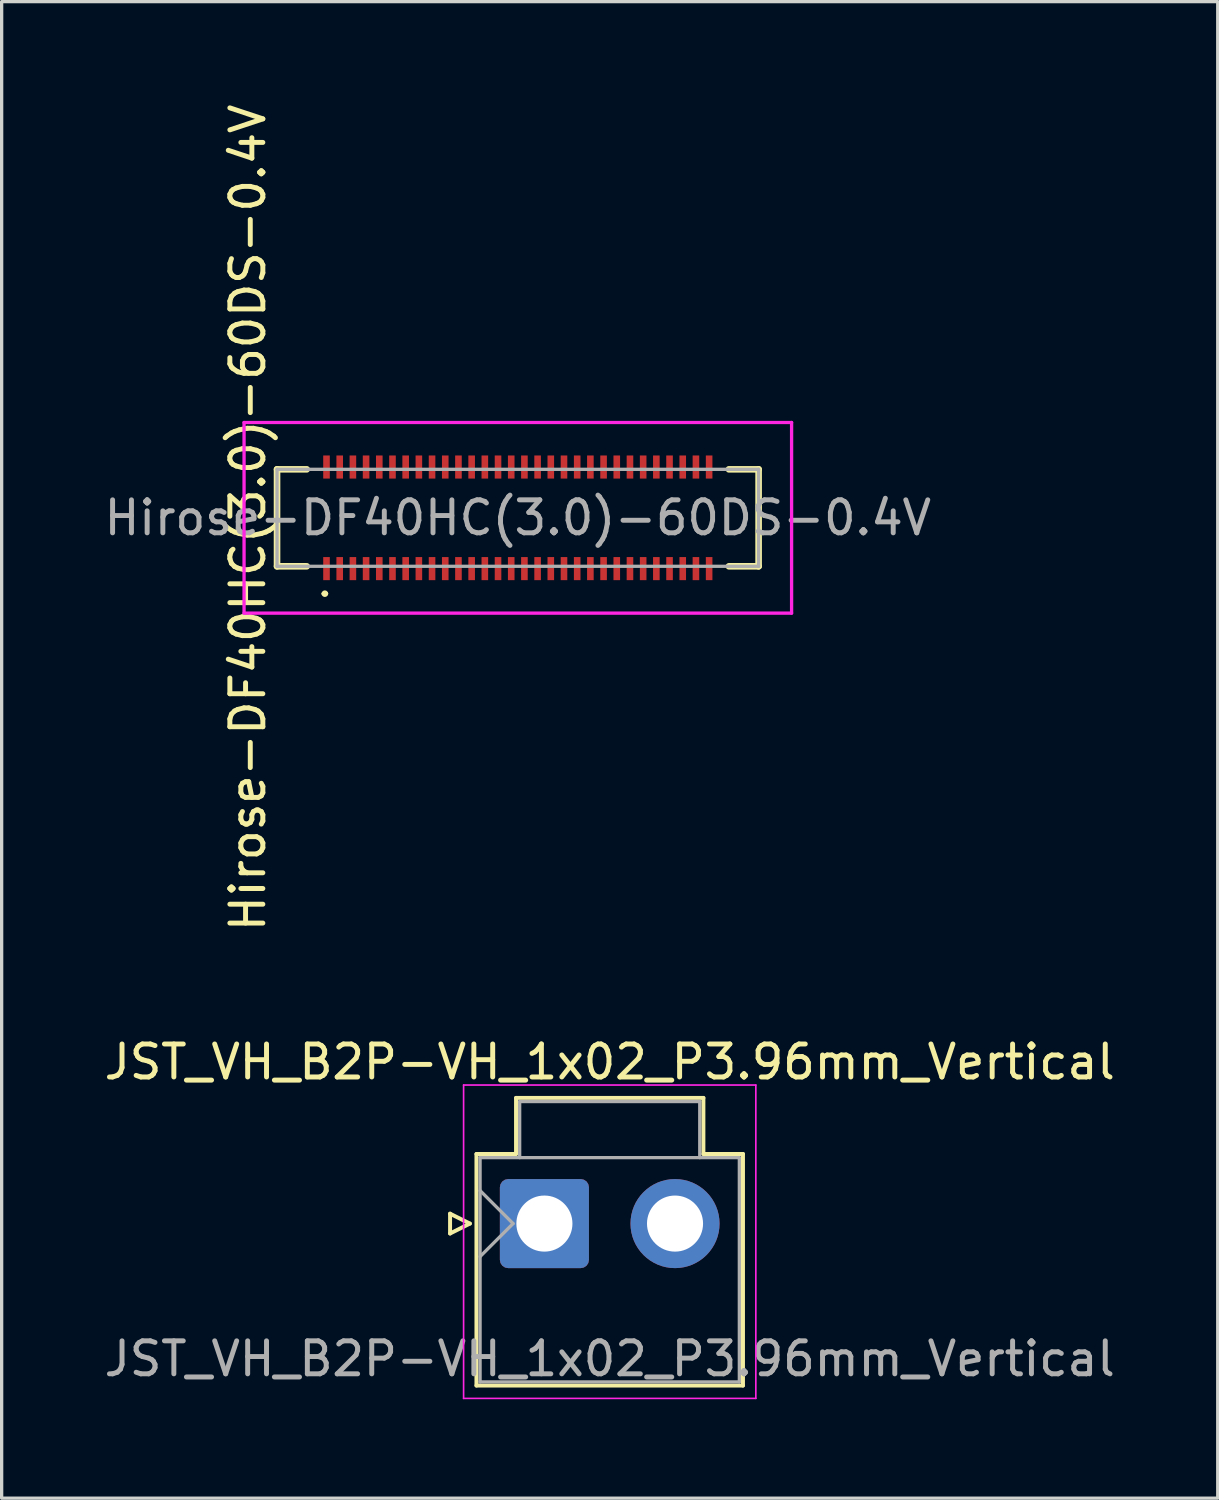
<source format=kicad_pcb>
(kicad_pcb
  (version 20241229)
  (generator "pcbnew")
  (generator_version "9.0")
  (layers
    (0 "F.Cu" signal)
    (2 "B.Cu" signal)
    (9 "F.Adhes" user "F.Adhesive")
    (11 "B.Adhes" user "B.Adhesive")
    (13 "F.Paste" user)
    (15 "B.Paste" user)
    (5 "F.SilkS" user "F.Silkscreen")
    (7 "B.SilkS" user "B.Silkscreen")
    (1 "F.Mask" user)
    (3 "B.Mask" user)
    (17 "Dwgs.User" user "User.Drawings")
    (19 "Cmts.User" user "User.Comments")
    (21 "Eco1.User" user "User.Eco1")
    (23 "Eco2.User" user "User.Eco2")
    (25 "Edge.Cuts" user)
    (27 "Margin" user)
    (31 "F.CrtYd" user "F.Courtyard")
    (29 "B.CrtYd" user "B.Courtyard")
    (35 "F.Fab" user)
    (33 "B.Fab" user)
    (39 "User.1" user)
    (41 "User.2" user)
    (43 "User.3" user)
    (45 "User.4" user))
  (footprint "JST_VH_B2P-VH_1x02_P3.96mm_Vertical"
    (layer "F.Cu")
    (at 13.455 34.046)
    (property "Reference" "JST_VH_B2P-VH_1x02_P3.96mm_Vertical" (at 1.98 -4.9 0) (layer "F.SilkS") (effects (font (size 1 1) (thickness 0.15))))
    (attr through_hole)
    (fp_line (start -2.86 -0.3) (end -2.26 0) (stroke (width 0.12) (type solid)) (layer "F.SilkS"))
    (fp_line (start -2.86 0.3) (end -2.86 -0.3) (stroke (width 0.12) (type solid)) (layer "F.SilkS"))
    (fp_line (start -2.26 0) (end -2.86 0.3) (stroke (width 0.12) (type solid)) (layer "F.SilkS"))
    (fp_line (start -2.06 -2.11) (end -0.86 -2.11) (stroke (width 0.12) (type solid)) (layer "F.SilkS"))
    (fp_line (start -2.06 4.91) (end -2.06 -2.11) (stroke (width 0.12) (type solid)) (layer "F.SilkS"))
    (fp_line (start -0.86 -3.81) (end 4.82 -3.81) (stroke (width 0.12) (type solid)) (layer "F.SilkS"))
    (fp_line (start -0.86 -2.11) (end -0.86 -3.81) (stroke (width 0.12) (type solid)) (layer "F.SilkS"))
    (fp_line (start 4.82 -3.81) (end 4.82 -2.11) (stroke (width 0.12) (type solid)) (layer "F.SilkS"))
    (fp_line (start 4.82 -2.11) (end 6.02 -2.11) (stroke (width 0.12) (type solid)) (layer "F.SilkS"))
    (fp_line (start 6.02 -2.11) (end 6.02 4.91) (stroke (width 0.12) (type solid)) (layer "F.SilkS"))
    (fp_line (start 6.02 4.91) (end -2.06 4.91) (stroke (width 0.12) (type solid)) (layer "F.SilkS"))
    (fp_line (start -2.45 -4.2) (end -2.45 5.3) (stroke (width 0.05) (type solid)) (layer "F.CrtYd"))
    (fp_line (start -2.45 5.3) (end 6.41 5.3) (stroke (width 0.05) (type solid)) (layer "F.CrtYd"))
    (fp_line (start 6.41 -4.2) (end -2.45 -4.2) (stroke (width 0.05) (type solid)) (layer "F.CrtYd"))
    (fp_line (start 6.41 5.3) (end 6.41 -4.2) (stroke (width 0.05) (type solid)) (layer "F.CrtYd"))
    (fp_line (start -1.95 -2) (end -1.95 4.8) (stroke (width 0.1) (type solid)) (layer "F.Fab"))
    (fp_line (start -1.95 -1) (end -0.95 0) (stroke (width 0.1) (type solid)) (layer "F.Fab"))
    (fp_line (start -1.95 1) (end -0.95 0) (stroke (width 0.1) (type solid)) (layer "F.Fab"))
    (fp_line (start -1.95 4.8) (end 5.91 4.8) (stroke (width 0.1) (type solid)) (layer "F.Fab"))
    (fp_line (start -0.75 -3.7) (end 4.71 -3.7) (stroke (width 0.1) (type solid)) (layer "F.Fab"))
    (fp_line (start -0.75 -2) (end -0.75 -3.7) (stroke (width 0.1) (type solid)) (layer "F.Fab"))
    (fp_line (start 4.71 -3.7) (end 4.71 -2) (stroke (width 0.1) (type solid)) (layer "F.Fab"))
    (fp_line (start 5.91 -2) (end -1.95 -2) (stroke (width 0.1) (type solid)) (layer "F.Fab"))
    (fp_line (start 5.91 4.8) (end 5.91 -2) (stroke (width 0.1) (type solid)) (layer "F.Fab"))
    (fp_text user "${REFERENCE}" (at 1.98 4.1 0) (layer "F.Fab") (effects (font (size 1 1) (thickness 0.15))))
    (pad "1" thru_hole roundrect (at 0 0) (size 2.7 2.7) (drill 1.7) (layers "*.Cu" "*.Mask") (roundrect_rratio 0.093))
    (pad "2" thru_hole circle (at 3.96 0) (size 2.7 2.7) (drill 1.7) (layers "*.Cu" "*.Mask")))
  (footprint "Hirose-DF40HC(3.0)-60DS-0.4V"
    (layer "F.Cu")
    (at 12.649 12.649)
    (property "Reference" "Hirose-DF40HC(3.0)-60DS-0.4V" (at -7.6 0 90) (layer "F.SilkS") (effects (font (size 1 1) (thickness 0.15)) (justify bottom)))
    (attr smd)
    (fp_line (start -7.3 -1.47) (end -7.3 1.47) (stroke (width 0.2) (type solid)) (layer "F.SilkS"))
    (fp_line (start -7.3 1.47) (end -6.4 1.47) (stroke (width 0.2) (type solid)) (layer "F.SilkS"))
    (fp_line (start -6.4 -1.47) (end -7.3 -1.47) (stroke (width 0.2) (type solid)) (layer "F.SilkS"))
    (fp_line (start -5.9 2.3) (end -5.9 2.3) (stroke (width 0.1) (type solid)) (layer "F.SilkS"))
    (fp_line (start -5.8 2.3) (end -5.8 2.3) (stroke (width 0.1) (type solid)) (layer "F.SilkS"))
    (fp_line (start 6.4 -1.47) (end 7.3 -1.47) (stroke (width 0.2) (type solid)) (layer "F.SilkS"))
    (fp_line (start 7.3 -1.47) (end 7.3 1.47) (stroke (width 0.2) (type solid)) (layer "F.SilkS"))
    (fp_line (start 7.3 1.47) (end 6.4 1.47) (stroke (width 0.2) (type solid)) (layer "F.SilkS"))
    (fp_arc (start -5.9 2.3) (mid -5.85 2.25) (end -5.8 2.3) (stroke (width 0.1) (type solid)) (layer "F.SilkS"))
    (fp_arc (start -5.8 2.3) (mid -5.85 2.35) (end -5.9 2.3) (stroke (width 0.1) (type solid)) (layer "F.SilkS"))
    (fp_line (start -8.3 -2.89) (end 8.3 -2.89) (stroke (width 0.1) (type solid)) (layer "F.CrtYd"))
    (fp_line (start -8.3 2.89) (end -8.3 -2.89) (stroke (width 0.1) (type solid)) (layer "F.CrtYd"))
    (fp_line (start 8.3 -2.89) (end 8.3 2.89) (stroke (width 0.1) (type solid)) (layer "F.CrtYd"))
    (fp_line (start 8.3 2.89) (end -8.3 2.89) (stroke (width 0.1) (type solid)) (layer "F.CrtYd"))
    (fp_line (start -7.3 -1.47) (end 7.3 -1.47) (stroke (width 0.1) (type solid)) (layer "F.Fab"))
    (fp_line (start -7.3 1.47) (end -7.3 -1.47) (stroke (width 0.1) (type solid)) (layer "F.Fab"))
    (fp_line (start 7.3 -1.47) (end 7.3 1.47) (stroke (width 0.1) (type solid)) (layer "F.Fab"))
    (fp_line (start 7.3 1.47) (end -7.3 1.47) (stroke (width 0.1) (type solid)) (layer "F.Fab"))
    (fp_text user "${REFERENCE}" (at 0 0 0) (layer "F.Fab") (effects (font (size 1 1) (thickness 0.15))))
    (pad "1" smd rect (at -5.8 1.54) (size 0.2 0.7) (layers "F.Cu" "F.Mask" "F.Paste"))
    (pad "2" smd rect (at -5.8 -1.54) (size 0.2 0.7) (layers "F.Cu" "F.Mask" "F.Paste"))
    (pad "3" smd rect (at -5.4 1.54) (size 0.2 0.7) (layers "F.Cu" "F.Mask" "F.Paste"))
    (pad "4" smd rect (at -5.4 -1.54) (size 0.2 0.7) (layers "F.Cu" "F.Mask" "F.Paste"))
    (pad "5" smd rect (at -5 1.54) (size 0.2 0.7) (layers "F.Cu" "F.Mask" "F.Paste"))
    (pad "6" smd rect (at -5 -1.54) (size 0.2 0.7) (layers "F.Cu" "F.Mask" "F.Paste"))
    (pad "7" smd rect (at -4.6 1.54) (size 0.2 0.7) (layers "F.Cu" "F.Mask" "F.Paste"))
    (pad "8" smd rect (at -4.6 -1.54) (size 0.2 0.7) (layers "F.Cu" "F.Mask" "F.Paste"))
    (pad "9" smd rect (at -4.2 1.54) (size 0.2 0.7) (layers "F.Cu" "F.Mask" "F.Paste"))
    (pad "10" smd rect (at -4.2 -1.54) (size 0.2 0.7) (layers "F.Cu" "F.Mask" "F.Paste"))
    (pad "11" smd rect (at -3.8 1.54) (size 0.2 0.7) (layers "F.Cu" "F.Mask" "F.Paste"))
    (pad "12" smd rect (at -3.8 -1.54) (size 0.2 0.7) (layers "F.Cu" "F.Mask" "F.Paste"))
    (pad "13" smd rect (at -3.4 1.54) (size 0.2 0.7) (layers "F.Cu" "F.Mask" "F.Paste"))
    (pad "14" smd rect (at -3.4 -1.54) (size 0.2 0.7) (layers "F.Cu" "F.Mask" "F.Paste"))
    (pad "15" smd rect (at -3 1.54) (size 0.2 0.7) (layers "F.Cu" "F.Mask" "F.Paste"))
    (pad "16" smd rect (at -3 -1.54) (size 0.2 0.7) (layers "F.Cu" "F.Mask" "F.Paste"))
    (pad "17" smd rect (at -2.6 1.54) (size 0.2 0.7) (layers "F.Cu" "F.Mask" "F.Paste"))
    (pad "18" smd rect (at -2.6 -1.54) (size 0.2 0.7) (layers "F.Cu" "F.Mask" "F.Paste"))
    (pad "19" smd rect (at -2.2 1.54) (size 0.2 0.7) (layers "F.Cu" "F.Mask" "F.Paste"))
    (pad "20" smd rect (at -2.2 -1.54) (size 0.2 0.7) (layers "F.Cu" "F.Mask" "F.Paste"))
    (pad "21" smd rect (at -1.8 1.54) (size 0.2 0.7) (layers "F.Cu" "F.Mask" "F.Paste"))
    (pad "22" smd rect (at -1.8 -1.54) (size 0.2 0.7) (layers "F.Cu" "F.Mask" "F.Paste"))
    (pad "23" smd rect (at -1.4 1.54) (size 0.2 0.7) (layers "F.Cu" "F.Mask" "F.Paste"))
    (pad "24" smd rect (at -1.4 -1.54) (size 0.2 0.7) (layers "F.Cu" "F.Mask" "F.Paste"))
    (pad "25" smd rect (at -1 1.54) (size 0.2 0.7) (layers "F.Cu" "F.Mask" "F.Paste"))
    (pad "26" smd rect (at -1 -1.54) (size 0.2 0.7) (layers "F.Cu" "F.Mask" "F.Paste"))
    (pad "27" smd rect (at -0.6 1.54) (size 0.2 0.7) (layers "F.Cu" "F.Mask" "F.Paste"))
    (pad "28" smd rect (at -0.6 -1.54) (size 0.2 0.7) (layers "F.Cu" "F.Mask" "F.Paste"))
    (pad "29" smd rect (at -0.2 1.54) (size 0.2 0.7) (layers "F.Cu" "F.Mask" "F.Paste"))
    (pad "30" smd rect (at -0.2 -1.54) (size 0.2 0.7) (layers "F.Cu" "F.Mask" "F.Paste"))
    (pad "31" smd rect (at 0.2 1.54) (size 0.2 0.7) (layers "F.Cu" "F.Mask" "F.Paste"))
    (pad "32" smd rect (at 0.2 -1.54) (size 0.2 0.7) (layers "F.Cu" "F.Mask" "F.Paste"))
    (pad "33" smd rect (at 0.6 1.54) (size 0.2 0.7) (layers "F.Cu" "F.Mask" "F.Paste"))
    (pad "34" smd rect (at 0.6 -1.54) (size 0.2 0.7) (layers "F.Cu" "F.Mask" "F.Paste"))
    (pad "35" smd rect (at 1 1.54) (size 0.2 0.7) (layers "F.Cu" "F.Mask" "F.Paste"))
    (pad "36" smd rect (at 1 -1.54) (size 0.2 0.7) (layers "F.Cu" "F.Mask" "F.Paste"))
    (pad "37" smd rect (at 1.4 1.54) (size 0.2 0.7) (layers "F.Cu" "F.Mask" "F.Paste"))
    (pad "38" smd rect (at 1.4 -1.54) (size 0.2 0.7) (layers "F.Cu" "F.Mask" "F.Paste"))
    (pad "39" smd rect (at 1.8 1.54) (size 0.2 0.7) (layers "F.Cu" "F.Mask" "F.Paste"))
    (pad "40" smd rect (at 1.8 -1.54) (size 0.2 0.7) (layers "F.Cu" "F.Mask" "F.Paste"))
    (pad "41" smd rect (at 2.2 1.54) (size 0.2 0.7) (layers "F.Cu" "F.Mask" "F.Paste"))
    (pad "42" smd rect (at 2.2 -1.54) (size 0.2 0.7) (layers "F.Cu" "F.Mask" "F.Paste"))
    (pad "43" smd rect (at 2.6 1.54) (size 0.2 0.7) (layers "F.Cu" "F.Mask" "F.Paste"))
    (pad "44" smd rect (at 2.6 -1.54) (size 0.2 0.7) (layers "F.Cu" "F.Mask" "F.Paste"))
    (pad "45" smd rect (at 3 1.54) (size 0.2 0.7) (layers "F.Cu" "F.Mask" "F.Paste"))
    (pad "46" smd rect (at 3 -1.54) (size 0.2 0.7) (layers "F.Cu" "F.Mask" "F.Paste"))
    (pad "47" smd rect (at 3.4 1.54) (size 0.2 0.7) (layers "F.Cu" "F.Mask" "F.Paste"))
    (pad "48" smd rect (at 3.4 -1.54) (size 0.2 0.7) (layers "F.Cu" "F.Mask" "F.Paste"))
    (pad "49" smd rect (at 3.8 1.54) (size 0.2 0.7) (layers "F.Cu" "F.Mask" "F.Paste"))
    (pad "50" smd rect (at 3.8 -1.54) (size 0.2 0.7) (layers "F.Cu" "F.Mask" "F.Paste"))
    (pad "51" smd rect (at 4.2 1.54) (size 0.2 0.7) (layers "F.Cu" "F.Mask" "F.Paste"))
    (pad "52" smd rect (at 4.2 -1.54) (size 0.2 0.7) (layers "F.Cu" "F.Mask" "F.Paste"))
    (pad "53" smd rect (at 4.6 1.54) (size 0.2 0.7) (layers "F.Cu" "F.Mask" "F.Paste"))
    (pad "54" smd rect (at 4.6 -1.54) (size 0.2 0.7) (layers "F.Cu" "F.Mask" "F.Paste"))
    (pad "55" smd rect (at 5 1.54) (size 0.2 0.7) (layers "F.Cu" "F.Mask" "F.Paste"))
    (pad "56" smd rect (at 5 -1.54) (size 0.2 0.7) (layers "F.Cu" "F.Mask" "F.Paste"))
    (pad "57" smd rect (at 5.4 1.54) (size 0.2 0.7) (layers "F.Cu" "F.Mask" "F.Paste"))
    (pad "58" smd rect (at 5.4 -1.54) (size 0.2 0.7) (layers "F.Cu" "F.Mask" "F.Paste"))
    (pad "59" smd rect (at 5.8 1.54) (size 0.2 0.7) (layers "F.Cu" "F.Mask" "F.Paste"))
    (pad "60" smd rect (at 5.8 -1.54) (size 0.2 0.7) (layers "F.Cu" "F.Mask" "F.Paste")))
  (gr_rect
    (start -3 -3)
    (end 33.869 42.371)
    (stroke (width 0.1) (type default))
    (fill no)
    (layer "Edge.Cuts")))
</source>
